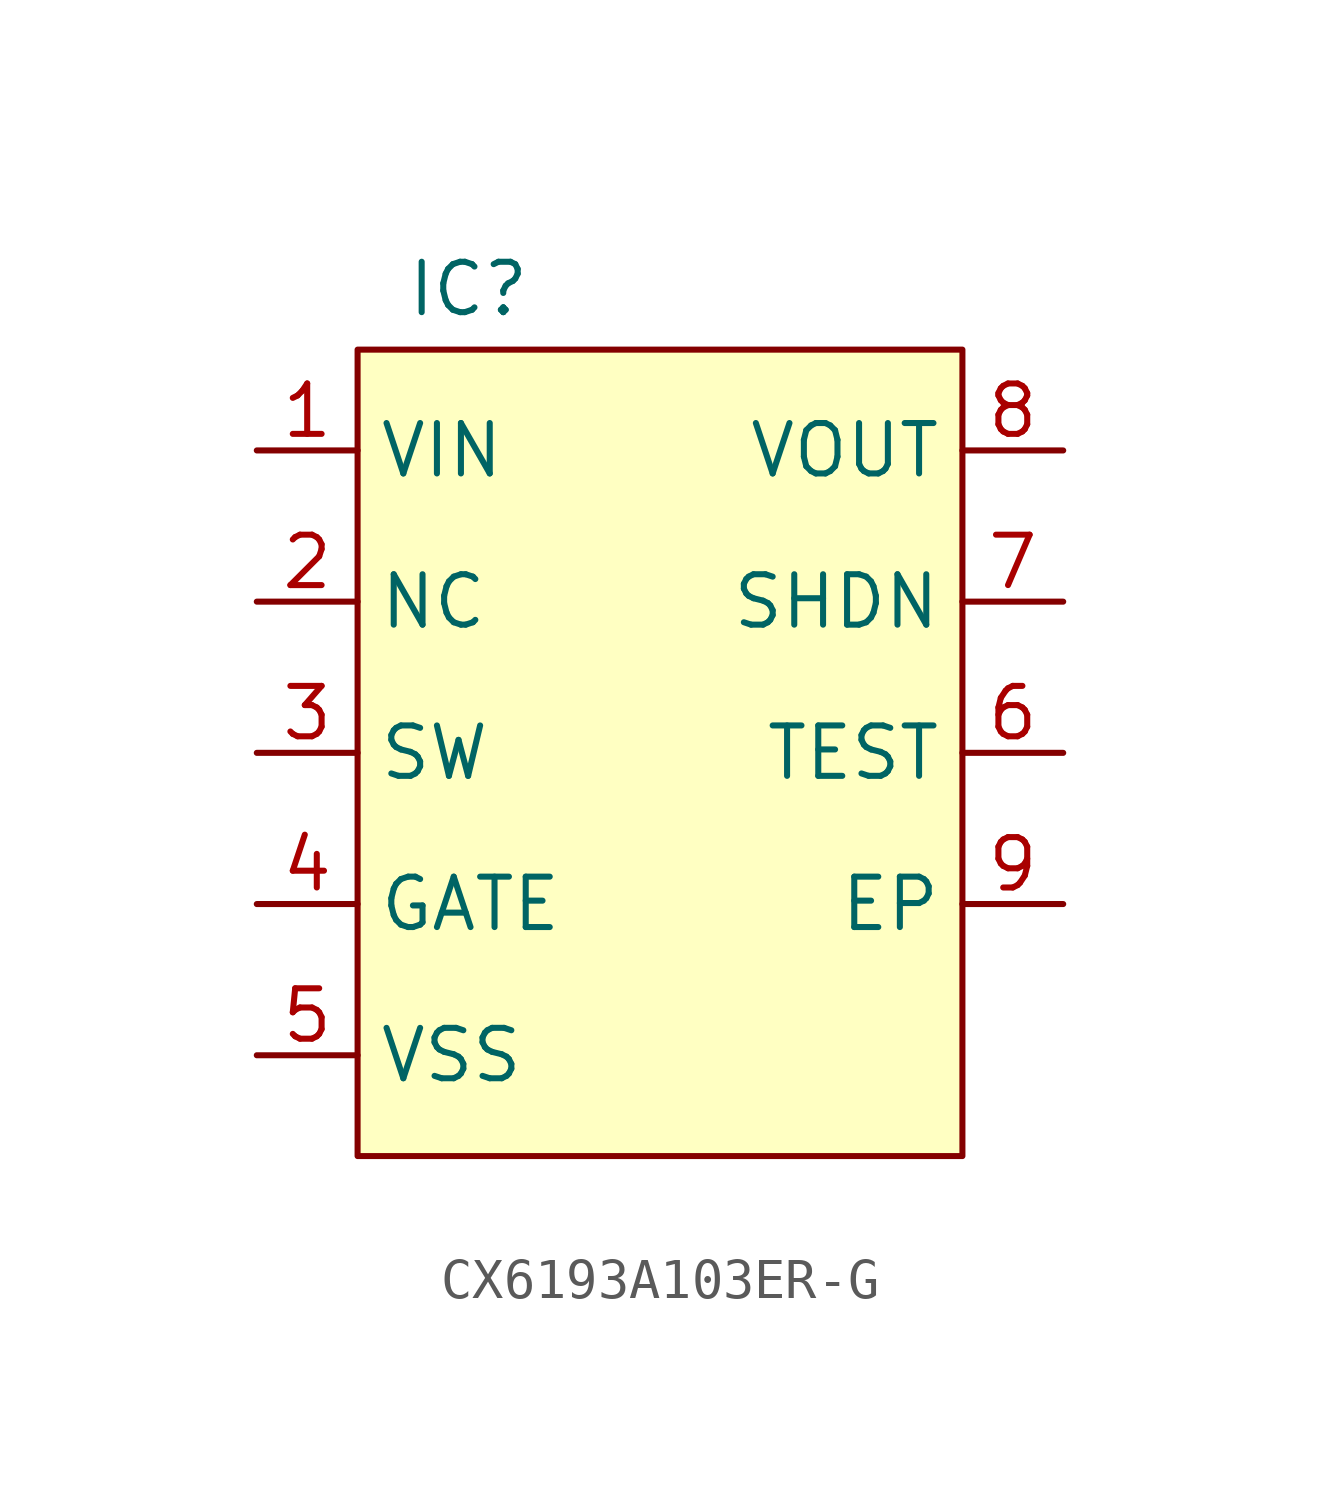
<source format=kicad_sym>
(kicad_symbol_lib
  (version 20241209)
  (generator "kicad_symbol_editor")
  (generator_version "9.0")
  (symbol "CX6193A103ER-G"
    (property "Reference" "IC"
      (at -1.016 1.524 0)
      (effects (font (size 1.27 1.27))))
    (property "Value" ""
      (at 0 0 0)
      (effects (font (size 1.27 1.27))))
    (symbol "CX6193A103ER-G_1_1"
      (rectangle (start -3.81 0) (end 11.43 -20.32) (stroke (width 0) (type solid)) (fill (type background)))
      (pin input line (at -6.35 -2.54 0) (length 2.54) (name "VIN" (effects (font (size 1.27 1.27)))) (number "1" (effects (font (size 1.27 1.27)))))
      (pin input line (at -6.35 -6.35 0) (length 2.54) (name "NC" (effects (font (size 1.27 1.27)))) (number "2" (effects (font (size 1.27 1.27)))))
      (pin input line (at -6.35 -10.16 0) (length 2.54) (name "SW" (effects (font (size 1.27 1.27)))) (number "3" (effects (font (size 1.27 1.27)))))
      (pin input line (at -6.35 -13.97 0) (length 2.54) (name "GATE" (effects (font (size 1.27 1.27)))) (number "4" (effects (font (size 1.27 1.27)))))
      (pin input line (at -6.35 -17.78 0) (length 2.54) (name "VSS" (effects (font (size 1.27 1.27)))) (number "5" (effects (font (size 1.27 1.27)))))
      (pin input line (at 13.97 -2.54 180) (length 2.54) (name "VOUT" (effects (font (size 1.27 1.27)))) (number "8" (effects (font (size 1.27 1.27)))))
      (pin input line (at 13.97 -6.35 180) (length 2.54) (name "SHDN" (effects (font (size 1.27 1.27)))) (number "7" (effects (font (size 1.27 1.27)))))
      (pin input line (at 13.97 -10.16 180) (length 2.54) (name "TEST" (effects (font (size 1.27 1.27)))) (number "6" (effects (font (size 1.27 1.27)))))
      (pin input line (at 13.97 -13.97 180) (length 2.54) (name "EP" (effects (font (size 1.27 1.27)))) (number "9" (effects (font (size 1.27 1.27))))))))
</source>
